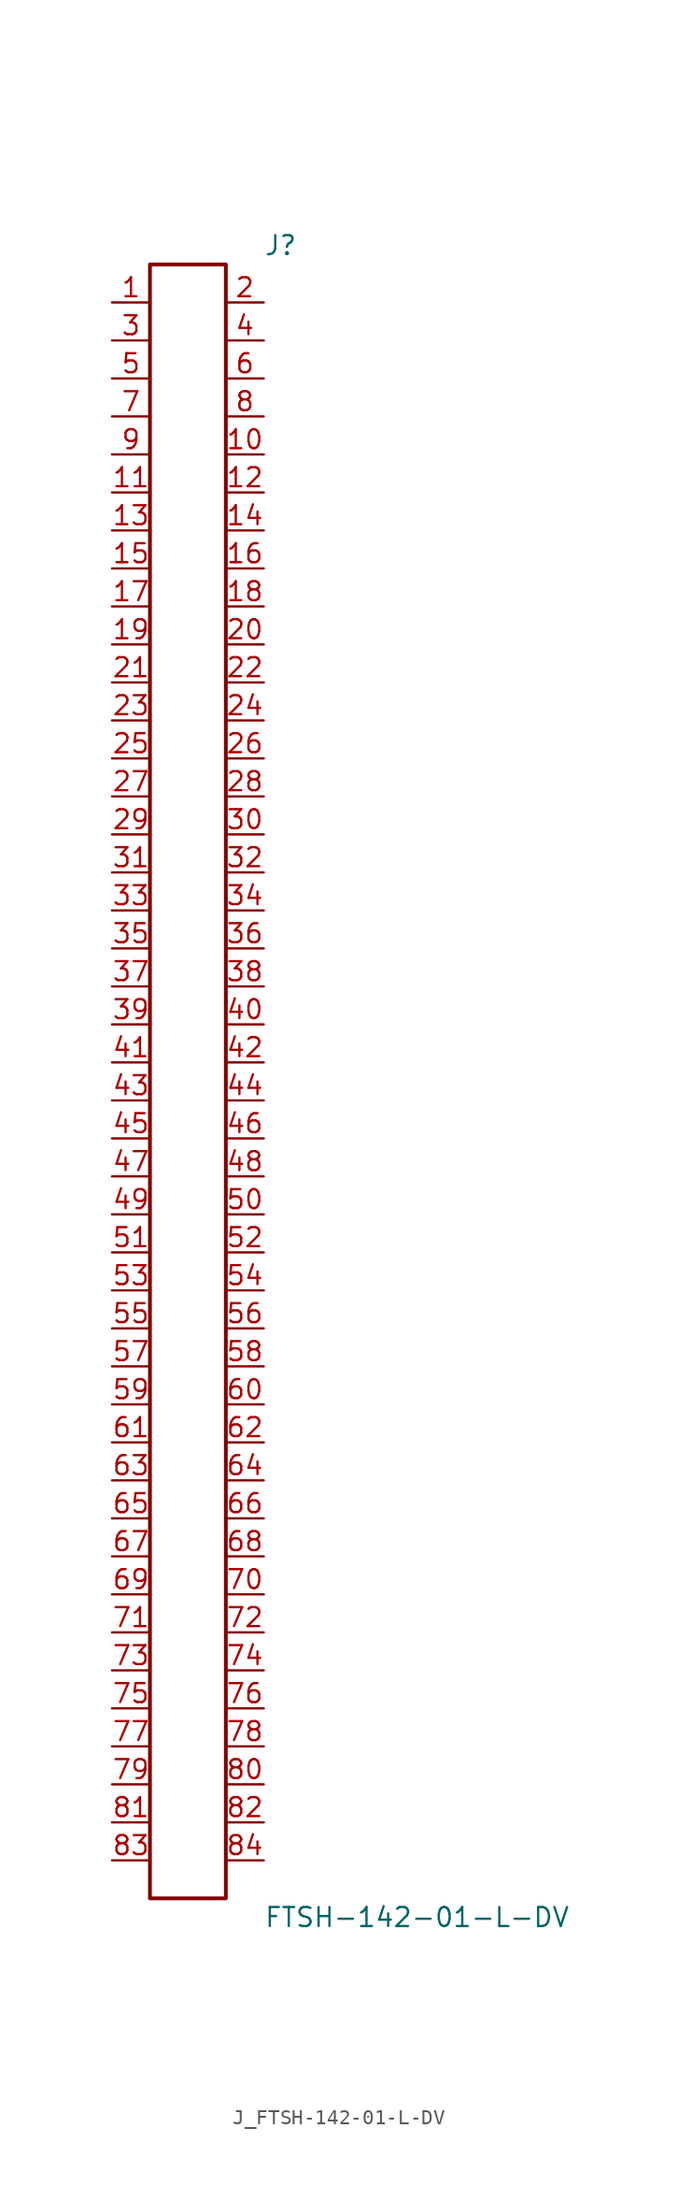
<source format=kicad_sym>
(kicad_symbol_lib
  (version 20231120)
  (generator kicad_symbol_editor)
  (generator_version 8.0)
  (symbol "J_FTSH-142-01-L-DV"
    (pin_names
      (offset 0.254))
    (property "Reference" "J"
      (at 5.08 55.88 0)
      (effects (font (size 1.27 1.27)) (justify left)))
    (property "Value" "FTSH-142-01-L-DV"
      (at 5.08 -55.88 0)
      (effects (font (size 1.27 1.27)) (justify left)))
    (symbol "J_FTSH-142-01-L-DV_0_0"
      (pin passive line (at -5.08 52.07 0) (length 2.54) (name "" (effects (font (size 1.27 1.27)))) (number "1" (effects (font (size 1.27 1.27)))))
      (pin passive line (at 5.08 52.07 180) (length 2.54) (name "" (effects (font (size 1.27 1.27)))) (number "2" (effects (font (size 1.27 1.27)))))
      (pin passive line (at -5.08 49.53 0) (length 2.54) (name "" (effects (font (size 1.27 1.27)))) (number "3" (effects (font (size 1.27 1.27)))))
      (pin passive line (at 5.08 49.53 180) (length 2.54) (name "" (effects (font (size 1.27 1.27)))) (number "4" (effects (font (size 1.27 1.27)))))
      (pin passive line (at -5.08 46.99 0) (length 2.54) (name "" (effects (font (size 1.27 1.27)))) (number "5" (effects (font (size 1.27 1.27)))))
      (pin passive line (at 5.08 46.99 180) (length 2.54) (name "" (effects (font (size 1.27 1.27)))) (number "6" (effects (font (size 1.27 1.27)))))
      (pin passive line (at -5.08 44.45 0) (length 2.54) (name "" (effects (font (size 1.27 1.27)))) (number "7" (effects (font (size 1.27 1.27)))))
      (pin passive line (at 5.08 44.45 180) (length 2.54) (name "" (effects (font (size 1.27 1.27)))) (number "8" (effects (font (size 1.27 1.27)))))
      (pin passive line (at -5.08 41.91 0) (length 2.54) (name "" (effects (font (size 1.27 1.27)))) (number "9" (effects (font (size 1.27 1.27)))))
      (pin passive line (at 5.08 41.91 180) (length 2.54) (name "" (effects (font (size 1.27 1.27)))) (number "10" (effects (font (size 1.27 1.27)))))
      (pin passive line (at -5.08 39.37 0) (length 2.54) (name "" (effects (font (size 1.27 1.27)))) (number "11" (effects (font (size 1.27 1.27)))))
      (pin passive line (at 5.08 39.37 180) (length 2.54) (name "" (effects (font (size 1.27 1.27)))) (number "12" (effects (font (size 1.27 1.27)))))
      (pin passive line (at -5.08 36.83 0) (length 2.54) (name "" (effects (font (size 1.27 1.27)))) (number "13" (effects (font (size 1.27 1.27)))))
      (pin passive line (at 5.08 36.83 180) (length 2.54) (name "" (effects (font (size 1.27 1.27)))) (number "14" (effects (font (size 1.27 1.27)))))
      (pin passive line (at -5.08 34.29 0) (length 2.54) (name "" (effects (font (size 1.27 1.27)))) (number "15" (effects (font (size 1.27 1.27)))))
      (pin passive line (at 5.08 34.29 180) (length 2.54) (name "" (effects (font (size 1.27 1.27)))) (number "16" (effects (font (size 1.27 1.27)))))
      (pin passive line (at -5.08 31.75 0) (length 2.54) (name "" (effects (font (size 1.27 1.27)))) (number "17" (effects (font (size 1.27 1.27)))))
      (pin passive line (at 5.08 31.75 180) (length 2.54) (name "" (effects (font (size 1.27 1.27)))) (number "18" (effects (font (size 1.27 1.27)))))
      (pin passive line (at -5.08 29.21 0) (length 2.54) (name "" (effects (font (size 1.27 1.27)))) (number "19" (effects (font (size 1.27 1.27)))))
      (pin passive line (at 5.08 29.21 180) (length 2.54) (name "" (effects (font (size 1.27 1.27)))) (number "20" (effects (font (size 1.27 1.27)))))
      (pin passive line (at -5.08 26.67 0) (length 2.54) (name "" (effects (font (size 1.27 1.27)))) (number "21" (effects (font (size 1.27 1.27)))))
      (pin passive line (at 5.08 26.67 180) (length 2.54) (name "" (effects (font (size 1.27 1.27)))) (number "22" (effects (font (size 1.27 1.27)))))
      (pin passive line (at -5.08 24.13 0) (length 2.54) (name "" (effects (font (size 1.27 1.27)))) (number "23" (effects (font (size 1.27 1.27)))))
      (pin passive line (at 5.08 24.13 180) (length 2.54) (name "" (effects (font (size 1.27 1.27)))) (number "24" (effects (font (size 1.27 1.27)))))
      (pin passive line (at -5.08 21.59 0) (length 2.54) (name "" (effects (font (size 1.27 1.27)))) (number "25" (effects (font (size 1.27 1.27)))))
      (pin passive line (at 5.08 21.59 180) (length 2.54) (name "" (effects (font (size 1.27 1.27)))) (number "26" (effects (font (size 1.27 1.27)))))
      (pin passive line (at -5.08 19.05 0) (length 2.54) (name "" (effects (font (size 1.27 1.27)))) (number "27" (effects (font (size 1.27 1.27)))))
      (pin passive line (at 5.08 19.05 180) (length 2.54) (name "" (effects (font (size 1.27 1.27)))) (number "28" (effects (font (size 1.27 1.27)))))
      (pin passive line (at -5.08 16.51 0) (length 2.54) (name "" (effects (font (size 1.27 1.27)))) (number "29" (effects (font (size 1.27 1.27)))))
      (pin passive line (at 5.08 16.51 180) (length 2.54) (name "" (effects (font (size 1.27 1.27)))) (number "30" (effects (font (size 1.27 1.27)))))
      (pin passive line (at -5.08 13.97 0) (length 2.54) (name "" (effects (font (size 1.27 1.27)))) (number "31" (effects (font (size 1.27 1.27)))))
      (pin passive line (at 5.08 13.97 180) (length 2.54) (name "" (effects (font (size 1.27 1.27)))) (number "32" (effects (font (size 1.27 1.27)))))
      (pin passive line (at -5.08 11.43 0) (length 2.54) (name "" (effects (font (size 1.27 1.27)))) (number "33" (effects (font (size 1.27 1.27)))))
      (pin passive line (at 5.08 11.43 180) (length 2.54) (name "" (effects (font (size 1.27 1.27)))) (number "34" (effects (font (size 1.27 1.27)))))
      (pin passive line (at -5.08 8.89 0) (length 2.54) (name "" (effects (font (size 1.27 1.27)))) (number "35" (effects (font (size 1.27 1.27)))))
      (pin passive line (at 5.08 8.89 180) (length 2.54) (name "" (effects (font (size 1.27 1.27)))) (number "36" (effects (font (size 1.27 1.27)))))
      (pin passive line (at -5.08 6.35 0) (length 2.54) (name "" (effects (font (size 1.27 1.27)))) (number "37" (effects (font (size 1.27 1.27)))))
      (pin passive line (at 5.08 6.35 180) (length 2.54) (name "" (effects (font (size 1.27 1.27)))) (number "38" (effects (font (size 1.27 1.27)))))
      (pin passive line (at -5.08 3.81 0) (length 2.54) (name "" (effects (font (size 1.27 1.27)))) (number "39" (effects (font (size 1.27 1.27)))))
      (pin passive line (at 5.08 3.81 180) (length 2.54) (name "" (effects (font (size 1.27 1.27)))) (number "40" (effects (font (size 1.27 1.27)))))
      (pin passive line (at -5.08 1.27 0) (length 2.54) (name "" (effects (font (size 1.27 1.27)))) (number "41" (effects (font (size 1.27 1.27)))))
      (pin passive line (at 5.08 1.27 180) (length 2.54) (name "" (effects (font (size 1.27 1.27)))) (number "42" (effects (font (size 1.27 1.27)))))
      (pin passive line (at -5.08 -1.27 0) (length 2.54) (name "" (effects (font (size 1.27 1.27)))) (number "43" (effects (font (size 1.27 1.27)))))
      (pin passive line (at 5.08 -1.27 180) (length 2.54) (name "" (effects (font (size 1.27 1.27)))) (number "44" (effects (font (size 1.27 1.27)))))
      (pin passive line (at -5.08 -3.81 0) (length 2.54) (name "" (effects (font (size 1.27 1.27)))) (number "45" (effects (font (size 1.27 1.27)))))
      (pin passive line (at 5.08 -3.81 180) (length 2.54) (name "" (effects (font (size 1.27 1.27)))) (number "46" (effects (font (size 1.27 1.27)))))
      (pin passive line (at -5.08 -6.35 0) (length 2.54) (name "" (effects (font (size 1.27 1.27)))) (number "47" (effects (font (size 1.27 1.27)))))
      (pin passive line (at 5.08 -6.35 180) (length 2.54) (name "" (effects (font (size 1.27 1.27)))) (number "48" (effects (font (size 1.27 1.27)))))
      (pin passive line (at -5.08 -8.89 0) (length 2.54) (name "" (effects (font (size 1.27 1.27)))) (number "49" (effects (font (size 1.27 1.27)))))
      (pin passive line (at 5.08 -8.89 180) (length 2.54) (name "" (effects (font (size 1.27 1.27)))) (number "50" (effects (font (size 1.27 1.27)))))
      (pin passive line (at -5.08 -11.43 0) (length 2.54) (name "" (effects (font (size 1.27 1.27)))) (number "51" (effects (font (size 1.27 1.27)))))
      (pin passive line (at 5.08 -11.43 180) (length 2.54) (name "" (effects (font (size 1.27 1.27)))) (number "52" (effects (font (size 1.27 1.27)))))
      (pin passive line (at -5.08 -13.97 0) (length 2.54) (name "" (effects (font (size 1.27 1.27)))) (number "53" (effects (font (size 1.27 1.27)))))
      (pin passive line (at 5.08 -13.97 180) (length 2.54) (name "" (effects (font (size 1.27 1.27)))) (number "54" (effects (font (size 1.27 1.27)))))
      (pin passive line (at -5.08 -16.51 0) (length 2.54) (name "" (effects (font (size 1.27 1.27)))) (number "55" (effects (font (size 1.27 1.27)))))
      (pin passive line (at 5.08 -16.51 180) (length 2.54) (name "" (effects (font (size 1.27 1.27)))) (number "56" (effects (font (size 1.27 1.27)))))
      (pin passive line (at -5.08 -19.05 0) (length 2.54) (name "" (effects (font (size 1.27 1.27)))) (number "57" (effects (font (size 1.27 1.27)))))
      (pin passive line (at 5.08 -19.05 180) (length 2.54) (name "" (effects (font (size 1.27 1.27)))) (number "58" (effects (font (size 1.27 1.27)))))
      (pin passive line (at -5.08 -21.59 0) (length 2.54) (name "" (effects (font (size 1.27 1.27)))) (number "59" (effects (font (size 1.27 1.27)))))
      (pin passive line (at 5.08 -21.59 180) (length 2.54) (name "" (effects (font (size 1.27 1.27)))) (number "60" (effects (font (size 1.27 1.27)))))
      (pin passive line (at -5.08 -24.13 0) (length 2.54) (name "" (effects (font (size 1.27 1.27)))) (number "61" (effects (font (size 1.27 1.27)))))
      (pin passive line (at 5.08 -24.13 180) (length 2.54) (name "" (effects (font (size 1.27 1.27)))) (number "62" (effects (font (size 1.27 1.27)))))
      (pin passive line (at -5.08 -26.67 0) (length 2.54) (name "" (effects (font (size 1.27 1.27)))) (number "63" (effects (font (size 1.27 1.27)))))
      (pin passive line (at 5.08 -26.67 180) (length 2.54) (name "" (effects (font (size 1.27 1.27)))) (number "64" (effects (font (size 1.27 1.27)))))
      (pin passive line (at -5.08 -29.21 0) (length 2.54) (name "" (effects (font (size 1.27 1.27)))) (number "65" (effects (font (size 1.27 1.27)))))
      (pin passive line (at 5.08 -29.21 180) (length 2.54) (name "" (effects (font (size 1.27 1.27)))) (number "66" (effects (font (size 1.27 1.27)))))
      (pin passive line (at -5.08 -31.75 0) (length 2.54) (name "" (effects (font (size 1.27 1.27)))) (number "67" (effects (font (size 1.27 1.27)))))
      (pin passive line (at 5.08 -31.75 180) (length 2.54) (name "" (effects (font (size 1.27 1.27)))) (number "68" (effects (font (size 1.27 1.27)))))
      (pin passive line (at -5.08 -34.29 0) (length 2.54) (name "" (effects (font (size 1.27 1.27)))) (number "69" (effects (font (size 1.27 1.27)))))
      (pin passive line (at 5.08 -34.29 180) (length 2.54) (name "" (effects (font (size 1.27 1.27)))) (number "70" (effects (font (size 1.27 1.27)))))
      (pin passive line (at -5.08 -36.83 0) (length 2.54) (name "" (effects (font (size 1.27 1.27)))) (number "71" (effects (font (size 1.27 1.27)))))
      (pin passive line (at 5.08 -36.83 180) (length 2.54) (name "" (effects (font (size 1.27 1.27)))) (number "72" (effects (font (size 1.27 1.27)))))
      (pin passive line (at -5.08 -39.37 0) (length 2.54) (name "" (effects (font (size 1.27 1.27)))) (number "73" (effects (font (size 1.27 1.27)))))
      (pin passive line (at 5.08 -39.37 180) (length 2.54) (name "" (effects (font (size 1.27 1.27)))) (number "74" (effects (font (size 1.27 1.27)))))
      (pin passive line (at -5.08 -41.91 0) (length 2.54) (name "" (effects (font (size 1.27 1.27)))) (number "75" (effects (font (size 1.27 1.27)))))
      (pin passive line (at 5.08 -41.91 180) (length 2.54) (name "" (effects (font (size 1.27 1.27)))) (number "76" (effects (font (size 1.27 1.27)))))
      (pin passive line (at -5.08 -44.45 0) (length 2.54) (name "" (effects (font (size 1.27 1.27)))) (number "77" (effects (font (size 1.27 1.27)))))
      (pin passive line (at 5.08 -44.45 180) (length 2.54) (name "" (effects (font (size 1.27 1.27)))) (number "78" (effects (font (size 1.27 1.27)))))
      (pin passive line (at -5.08 -46.99 0) (length 2.54) (name "" (effects (font (size 1.27 1.27)))) (number "79" (effects (font (size 1.27 1.27)))))
      (pin passive line (at 5.08 -46.99 180) (length 2.54) (name "" (effects (font (size 1.27 1.27)))) (number "80" (effects (font (size 1.27 1.27)))))
      (pin passive line (at -5.08 -49.53 0) (length 2.54) (name "" (effects (font (size 1.27 1.27)))) (number "81" (effects (font (size 1.27 1.27)))))
      (pin passive line (at 5.08 -49.53 180) (length 2.54) (name "" (effects (font (size 1.27 1.27)))) (number "82" (effects (font (size 1.27 1.27)))))
      (pin passive line (at -5.08 -52.07 0) (length 2.54) (name "" (effects (font (size 1.27 1.27)))) (number "83" (effects (font (size 1.27 1.27)))))
      (pin passive line (at 5.08 -52.07 180) (length 2.54) (name "" (effects (font (size 1.27 1.27)))) (number "84" (effects (font (size 1.27 1.27))))))
    (symbol "J_FTSH-142-01-L-DV_1_0"
      (rectangle (start -2.54 54.61) (end 2.54 -54.61) (stroke (width 0.254) (type solid)) (fill (type none))))))
</source>
